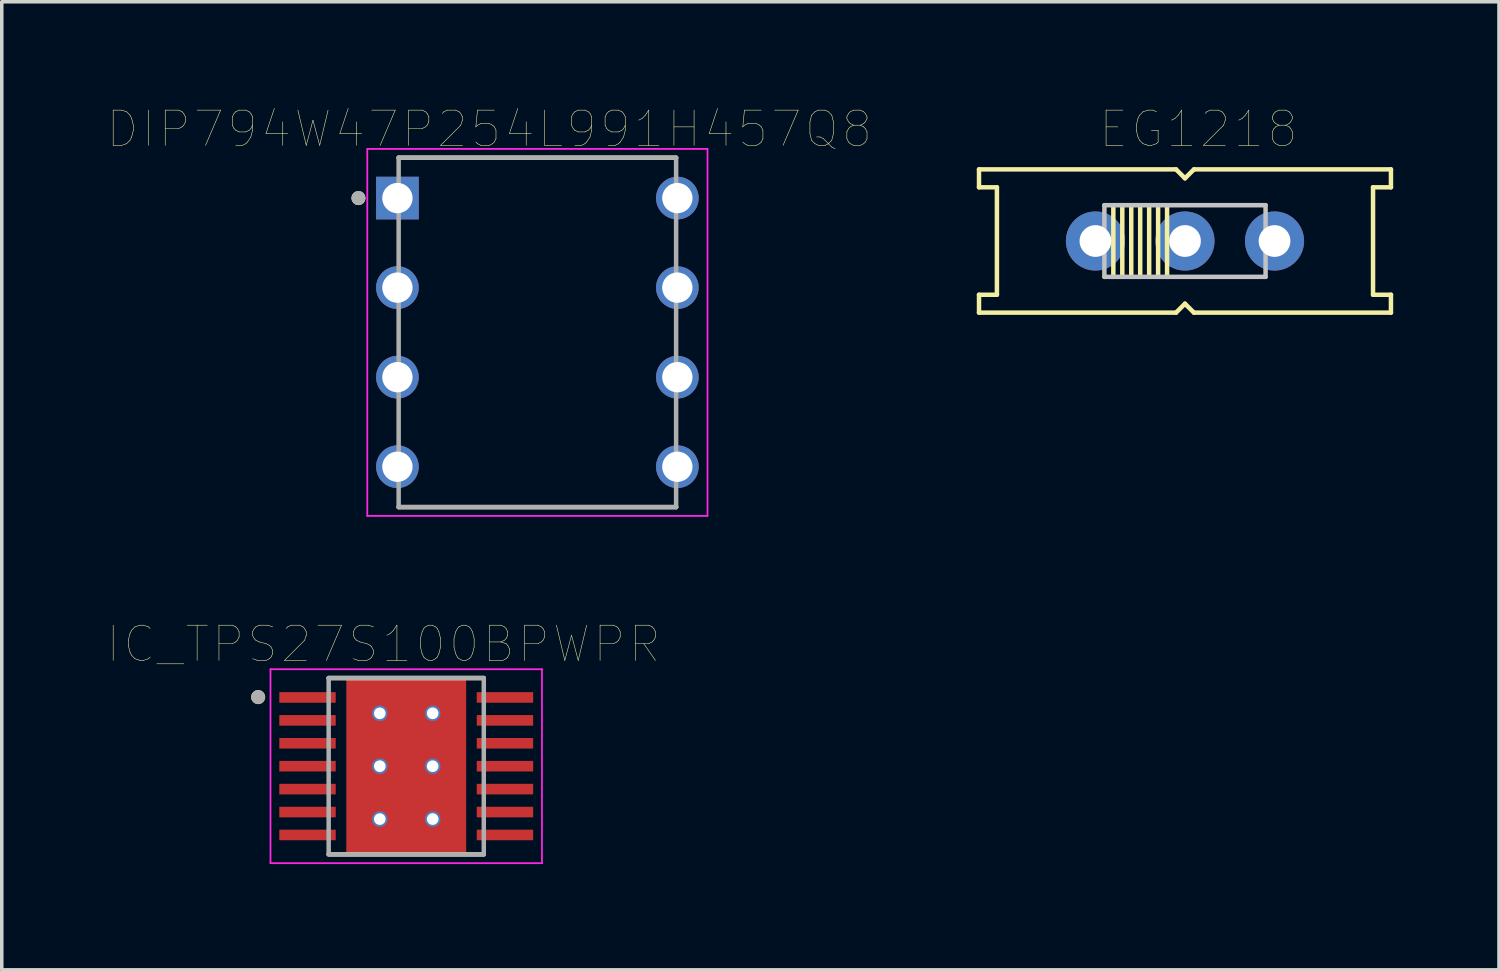
<source format=kicad_pcb>
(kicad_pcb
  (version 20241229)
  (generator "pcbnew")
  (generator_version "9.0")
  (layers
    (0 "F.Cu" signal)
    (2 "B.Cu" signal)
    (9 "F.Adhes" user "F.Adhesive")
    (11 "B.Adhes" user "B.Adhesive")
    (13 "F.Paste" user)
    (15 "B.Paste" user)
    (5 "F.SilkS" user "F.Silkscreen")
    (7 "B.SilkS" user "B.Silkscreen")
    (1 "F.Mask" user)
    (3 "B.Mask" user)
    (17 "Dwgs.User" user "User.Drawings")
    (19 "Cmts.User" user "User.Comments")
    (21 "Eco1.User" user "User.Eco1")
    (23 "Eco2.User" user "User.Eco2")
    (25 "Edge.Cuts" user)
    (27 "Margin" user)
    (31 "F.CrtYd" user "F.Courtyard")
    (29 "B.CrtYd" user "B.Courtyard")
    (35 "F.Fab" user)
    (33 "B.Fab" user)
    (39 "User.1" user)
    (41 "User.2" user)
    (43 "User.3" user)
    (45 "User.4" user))
  (footprint "DIP794W47P254L991H457Q8"
    (layer "F.Cu")
    (at 12.192 6.378)
    (property "Reference" "DIP794W47P254L991H457Q8" (at -1.365 -5.767 0) (layer "F.SilkS") (effects (font (size 1 1) (thickness 0.015))))
    (attr through_hole)
    (fp_line (start -3.935 -4.955) (end 3.935 -4.955) (stroke (width 0.127) (type solid)) (layer "F.SilkS"))
    (fp_line (start -3.935 4.955) (end 3.935 4.955) (stroke (width 0.127) (type solid)) (layer "F.SilkS"))
    (fp_circle (center -5.075 -3.81) (end -4.975 -3.81) (stroke (width 0.2) (type solid)) (fill no) (layer "F.SilkS"))
    (fp_line (start -4.825 -5.205) (end -4.825 5.205) (stroke (width 0.05) (type solid)) (layer "F.CrtYd"))
    (fp_line (start 4.825 -5.205) (end -4.825 -5.205) (stroke (width 0.05) (type solid)) (layer "F.CrtYd"))
    (fp_line (start 4.825 -5.205) (end 4.825 5.205) (stroke (width 0.05) (type solid)) (layer "F.CrtYd"))
    (fp_line (start 4.825 5.205) (end -4.825 5.205) (stroke (width 0.05) (type solid)) (layer "F.CrtYd"))
    (fp_line (start -3.935 -4.955) (end -3.935 4.955) (stroke (width 0.127) (type solid)) (layer "F.Fab"))
    (fp_line (start -3.935 -4.955) (end 3.935 -4.955) (stroke (width 0.127) (type solid)) (layer "F.Fab"))
    (fp_line (start -3.935 4.955) (end 3.935 4.955) (stroke (width 0.127) (type solid)) (layer "F.Fab"))
    (fp_line (start 3.935 -4.955) (end 3.935 4.955) (stroke (width 0.127) (type solid)) (layer "F.Fab"))
    (fp_circle (center -5.075 -3.81) (end -4.975 -3.81) (stroke (width 0.2) (type solid)) (fill no) (layer "F.Fab"))
    (pad "1" thru_hole rect (at -3.97 -3.81) (size 1.21 1.21) (drill 0.86) (layers "*.Cu" "*.Mask"))
    (pad "2" thru_hole circle (at -3.97 -1.27) (size 1.21 1.21) (drill 0.86) (layers "*.Cu" "*.Mask"))
    (pad "3" thru_hole circle (at -3.97 1.27) (size 1.21 1.21) (drill 0.86) (layers "*.Cu" "*.Mask"))
    (pad "4" thru_hole circle (at -3.97 3.81) (size 1.21 1.21) (drill 0.86) (layers "*.Cu" "*.Mask"))
    (pad "5" thru_hole circle (at 3.97 3.81) (size 1.21 1.21) (drill 0.86) (layers "*.Cu" "*.Mask"))
    (pad "6" thru_hole circle (at 3.97 1.27) (size 1.21 1.21) (drill 0.86) (layers "*.Cu" "*.Mask"))
    (pad "7" thru_hole circle (at 3.97 -1.27) (size 1.21 1.21) (drill 0.86) (layers "*.Cu" "*.Mask"))
    (pad "8" thru_hole circle (at 3.97 -3.81) (size 1.21 1.21) (drill 0.86) (layers "*.Cu" "*.Mask")))
  (footprint "EG1218"
    (layer "F.Cu")
    (at 30.56 3.786)
    (property "Reference" "EG1218" (at 0.381 -3.175 0) (layer "F.SilkS") (effects (font (size 1 1) (thickness 0.015))))
    (attr through_hole)
    (fp_line (start -5.842 -2.032) (end -0.254 -2.032) (stroke (width 0.127) (type solid)) (layer "F.SilkS"))
    (fp_line (start -5.842 -1.524) (end -5.842 -2.032) (stroke (width 0.127) (type solid)) (layer "F.SilkS"))
    (fp_line (start -5.842 1.524) (end -5.334 1.524) (stroke (width 0.127) (type solid)) (layer "F.SilkS"))
    (fp_line (start -5.842 2.032) (end -5.842 1.524) (stroke (width 0.127) (type solid)) (layer "F.SilkS"))
    (fp_line (start -5.334 -1.524) (end -5.842 -1.524) (stroke (width 0.127) (type solid)) (layer "F.SilkS"))
    (fp_line (start -5.334 1.524) (end -5.334 -1.524) (stroke (width 0.127) (type solid)) (layer "F.SilkS"))
    (fp_line (start -2.032 -1.016) (end -2.032 1.016) (stroke (width 0.127) (type solid)) (layer "F.SilkS"))
    (fp_line (start -1.778 1.016) (end -1.778 -1.016) (stroke (width 0.127) (type solid)) (layer "F.SilkS"))
    (fp_line (start -1.524 -1.016) (end -1.524 1.016) (stroke (width 0.127) (type solid)) (layer "F.SilkS"))
    (fp_line (start -1.27 1.016) (end -1.27 -1.016) (stroke (width 0.127) (type solid)) (layer "F.SilkS"))
    (fp_line (start -1.016 -1.016) (end -1.016 1.016) (stroke (width 0.127) (type solid)) (layer "F.SilkS"))
    (fp_line (start -0.762 1.016) (end -0.762 -1.016) (stroke (width 0.127) (type solid)) (layer "F.SilkS"))
    (fp_line (start -0.508 -1.016) (end -0.508 1.016) (stroke (width 0.127) (type solid)) (layer "F.SilkS"))
    (fp_line (start -0.254 -2.032) (end 0 -1.778) (stroke (width 0.127) (type solid)) (layer "F.SilkS"))
    (fp_line (start -0.254 2.032) (end -5.842 2.032) (stroke (width 0.127) (type solid)) (layer "F.SilkS"))
    (fp_line (start 0 -1.778) (end 0.254 -2.032) (stroke (width 0.127) (type solid)) (layer "F.SilkS"))
    (fp_line (start 0 1.778) (end -0.254 2.032) (stroke (width 0.127) (type solid)) (layer "F.SilkS"))
    (fp_line (start 0.254 -2.032) (end 5.842 -2.032) (stroke (width 0.127) (type solid)) (layer "F.SilkS"))
    (fp_line (start 0.254 2.032) (end 0 1.778) (stroke (width 0.127) (type solid)) (layer "F.SilkS"))
    (fp_line (start 5.334 -1.524) (end 5.334 1.524) (stroke (width 0.127) (type solid)) (layer "F.SilkS"))
    (fp_line (start 5.334 1.524) (end 5.842 1.524) (stroke (width 0.127) (type solid)) (layer "F.SilkS"))
    (fp_line (start 5.842 -2.032) (end 5.842 -1.524) (stroke (width 0.127) (type solid)) (layer "F.SilkS"))
    (fp_line (start 5.842 -1.524) (end 5.334 -1.524) (stroke (width 0.127) (type solid)) (layer "F.SilkS"))
    (fp_line (start 5.842 1.524) (end 5.842 2.032) (stroke (width 0.127) (type solid)) (layer "F.SilkS"))
    (fp_line (start 5.842 2.032) (end 0.254 2.032) (stroke (width 0.127) (type solid)) (layer "F.SilkS"))
    (fp_line (start -2.286 -1.016) (end 2.286 -1.016) (stroke (width 0.127) (type solid)) (layer "Dwgs.User"))
    (fp_line (start -2.286 1.016) (end -2.286 -1.016) (stroke (width 0.127) (type solid)) (layer "Dwgs.User"))
    (fp_line (start 2.286 -1.016) (end 2.286 1.016) (stroke (width 0.127) (type solid)) (layer "Dwgs.User"))
    (fp_line (start 2.286 1.016) (end -2.286 1.016) (stroke (width 0.127) (type solid)) (layer "Dwgs.User"))
    (pad "O" thru_hole circle (at -2.54 0) (size 1.676 1.676) (drill 0.9) (layers "*.Cu" "*.Mask"))
    (pad "P" thru_hole circle (at 0 0) (size 1.676 1.676) (drill 0.9) (layers "*.Cu" "*.Mask"))
    (pad "S" thru_hole circle (at 2.54 0) (size 1.676 1.676) (drill 0.9) (layers "*.Cu" "*.Mask")))
  (footprint "IC_TPS27S100BPWPR"
    (layer "F.Cu")
    (at 8.472 18.682)
    (property "Reference" "IC_TPS27S100BPWPR" (at -0.645 -3.462 0) (layer "F.SilkS") (effects (font (size 1 1) (thickness 0.015))))
    (attr through_hole)
    (fp_poly (pts (xy -1.23 -1.155) (xy 1.23 -1.155) (xy 1.23 1.155) (xy -1.23 1.155)) (stroke (width 0.01) (type solid)) (fill yes) (layer "F.Mask"))
    (fp_line (start -2.2 -2.5) (end 2.2 -2.5) (stroke (width 0.127) (type solid)) (layer "F.SilkS"))
    (fp_line (start -2.2 2.5) (end 2.2 2.5) (stroke (width 0.127) (type solid)) (layer "F.SilkS"))
    (fp_circle (center -4.2 -1.96) (end -4.1 -1.96) (stroke (width 0.2) (type solid)) (fill no) (layer "F.SilkS"))
    (fp_poly (pts (xy -3.575 -2.075) (xy -2.025 -2.075) (xy -2.025 -1.825) (xy -3.575 -1.825)) (stroke (width 0.01) (type solid)) (fill yes) (layer "F.Paste"))
    (fp_poly (pts (xy -3.575 -1.425) (xy -2.025 -1.425) (xy -2.025 -1.175) (xy -3.575 -1.175)) (stroke (width 0.01) (type solid)) (fill yes) (layer "F.Paste"))
    (fp_poly (pts (xy -3.575 -0.775) (xy -2.025 -0.775) (xy -2.025 -0.525) (xy -3.575 -0.525)) (stroke (width 0.01) (type solid)) (fill yes) (layer "F.Paste"))
    (fp_poly (pts (xy -3.575 -0.125) (xy -2.025 -0.125) (xy -2.025 0.125) (xy -3.575 0.125)) (stroke (width 0.01) (type solid)) (fill yes) (layer "F.Paste"))
    (fp_poly (pts (xy -3.575 0.525) (xy -2.025 0.525) (xy -2.025 0.775) (xy -3.575 0.775)) (stroke (width 0.01) (type solid)) (fill yes) (layer "F.Paste"))
    (fp_poly (pts (xy -3.575 1.175) (xy -2.025 1.175) (xy -2.025 1.425) (xy -3.575 1.425)) (stroke (width 0.01) (type solid)) (fill yes) (layer "F.Paste"))
    (fp_poly (pts (xy -3.575 1.825) (xy -2.025 1.825) (xy -2.025 2.075) (xy -3.575 2.075)) (stroke (width 0.01) (type solid)) (fill yes) (layer "F.Paste"))
    (fp_poly (pts (xy -1.23 -1.155) (xy 1.23 -1.155) (xy 1.23 1.155) (xy -1.23 1.155)) (stroke (width 0.01) (type solid)) (fill yes) (layer "F.Paste"))
    (fp_poly (pts (xy 2.025 -2.075) (xy 3.575 -2.075) (xy 3.575 -1.825) (xy 2.025 -1.825)) (stroke (width 0.01) (type solid)) (fill yes) (layer "F.Paste"))
    (fp_poly (pts (xy 2.025 -1.425) (xy 3.575 -1.425) (xy 3.575 -1.175) (xy 2.025 -1.175)) (stroke (width 0.01) (type solid)) (fill yes) (layer "F.Paste"))
    (fp_poly (pts (xy 2.025 -0.775) (xy 3.575 -0.775) (xy 3.575 -0.525) (xy 2.025 -0.525)) (stroke (width 0.01) (type solid)) (fill yes) (layer "F.Paste"))
    (fp_poly (pts (xy 2.025 -0.125) (xy 3.575 -0.125) (xy 3.575 0.125) (xy 2.025 0.125)) (stroke (width 0.01) (type solid)) (fill yes) (layer "F.Paste"))
    (fp_poly (pts (xy 2.025 0.525) (xy 3.575 0.525) (xy 3.575 0.775) (xy 2.025 0.775)) (stroke (width 0.01) (type solid)) (fill yes) (layer "F.Paste"))
    (fp_poly (pts (xy 2.025 1.175) (xy 3.575 1.175) (xy 3.575 1.425) (xy 2.025 1.425)) (stroke (width 0.01) (type solid)) (fill yes) (layer "F.Paste"))
    (fp_poly (pts (xy 2.025 1.825) (xy 3.575 1.825) (xy 3.575 2.075) (xy 2.025 2.075)) (stroke (width 0.01) (type solid)) (fill yes) (layer "F.Paste"))
    (fp_line (start -3.85 -2.75) (end -3.85 2.75) (stroke (width 0.05) (type solid)) (layer "F.CrtYd"))
    (fp_line (start -3.85 -2.75) (end 3.85 -2.75) (stroke (width 0.05) (type solid)) (layer "F.CrtYd"))
    (fp_line (start -3.85 2.75) (end 3.85 2.75) (stroke (width 0.05) (type solid)) (layer "F.CrtYd"))
    (fp_line (start 3.85 -2.75) (end 3.85 2.75) (stroke (width 0.05) (type solid)) (layer "F.CrtYd"))
    (fp_line (start -2.2 -2.5) (end -2.2 2.5) (stroke (width 0.127) (type solid)) (layer "F.Fab"))
    (fp_line (start -2.2 -2.5) (end 2.2 -2.5) (stroke (width 0.127) (type solid)) (layer "F.Fab"))
    (fp_line (start -2.2 2.5) (end 2.2 2.5) (stroke (width 0.127) (type solid)) (layer "F.Fab"))
    (fp_line (start 2.2 -2.5) (end 2.2 2.5) (stroke (width 0.127) (type solid)) (layer "F.Fab"))
    (fp_circle (center -4.2 -1.96) (end -4.1 -1.96) (stroke (width 0.2) (type solid)) (fill no) (layer "F.Fab"))
    (pad "1" smd rect (at -2.8 -1.95) (size 1.6 0.3) (layers "F.Cu" "F.Mask"))
    (pad "2" smd rect (at -2.8 -1.3) (size 1.6 0.3) (layers "F.Cu" "F.Mask"))
    (pad "3" smd rect (at -2.8 -0.65) (size 1.6 0.3) (layers "F.Cu" "F.Mask"))
    (pad "4" smd rect (at -2.8 0) (size 1.6 0.3) (layers "F.Cu" "F.Mask"))
    (pad "5" smd rect (at -2.8 0.65) (size 1.6 0.3) (layers "F.Cu" "F.Mask"))
    (pad "6" smd rect (at -2.8 1.3) (size 1.6 0.3) (layers "F.Cu" "F.Mask"))
    (pad "7" smd rect (at -2.8 1.95) (size 1.6 0.3) (layers "F.Cu" "F.Mask"))
    (pad "8" smd rect (at 2.8 1.95) (size 1.6 0.3) (layers "F.Cu" "F.Mask"))
    (pad "9" smd rect (at 2.8 1.3) (size 1.6 0.3) (layers "F.Cu" "F.Mask"))
    (pad "10" smd rect (at 2.8 0.65) (size 1.6 0.3) (layers "F.Cu" "F.Mask"))
    (pad "11" smd rect (at 2.8 0) (size 1.6 0.3) (layers "F.Cu" "F.Mask"))
    (pad "12" smd rect (at 2.8 -0.65) (size 1.6 0.3) (layers "F.Cu" "F.Mask"))
    (pad "13" smd rect (at 2.8 -1.3) (size 1.6 0.3) (layers "F.Cu" "F.Mask"))
    (pad "14" smd rect (at 2.8 -1.95) (size 1.6 0.3) (layers "F.Cu" "F.Mask"))
    (pad "15" smd rect (at 0 0) (size 3.4 5) (layers "F.Cu"))
    (pad "16" thru_hole circle (at -0.75 -1.5) (size 0.44 0.44) (drill 0.33) (layers "*.Cu"))
    (pad "17" thru_hole circle (at 0.75 -1.5) (size 0.44 0.44) (drill 0.33) (layers "*.Cu"))
    (pad "18" thru_hole circle (at -0.75 0) (size 0.44 0.44) (drill 0.33) (layers "*.Cu" "*.Mask"))
    (pad "19" thru_hole circle (at 0.75 0) (size 0.44 0.44) (drill 0.33) (layers "*.Cu" "*.Mask"))
    (pad "20" thru_hole circle (at -0.75 1.5) (size 0.44 0.44) (drill 0.33) (layers "*.Cu"))
    (pad "21" thru_hole circle (at 0.75 1.5) (size 0.44 0.44) (drill 0.33) (layers "*.Cu")))
  (gr_rect
    (start -3 -3)
    (end 39.466 24.457)
    (stroke (width 0.1) (type default))
    (fill no)
    (layer "Edge.Cuts")))
</source>
